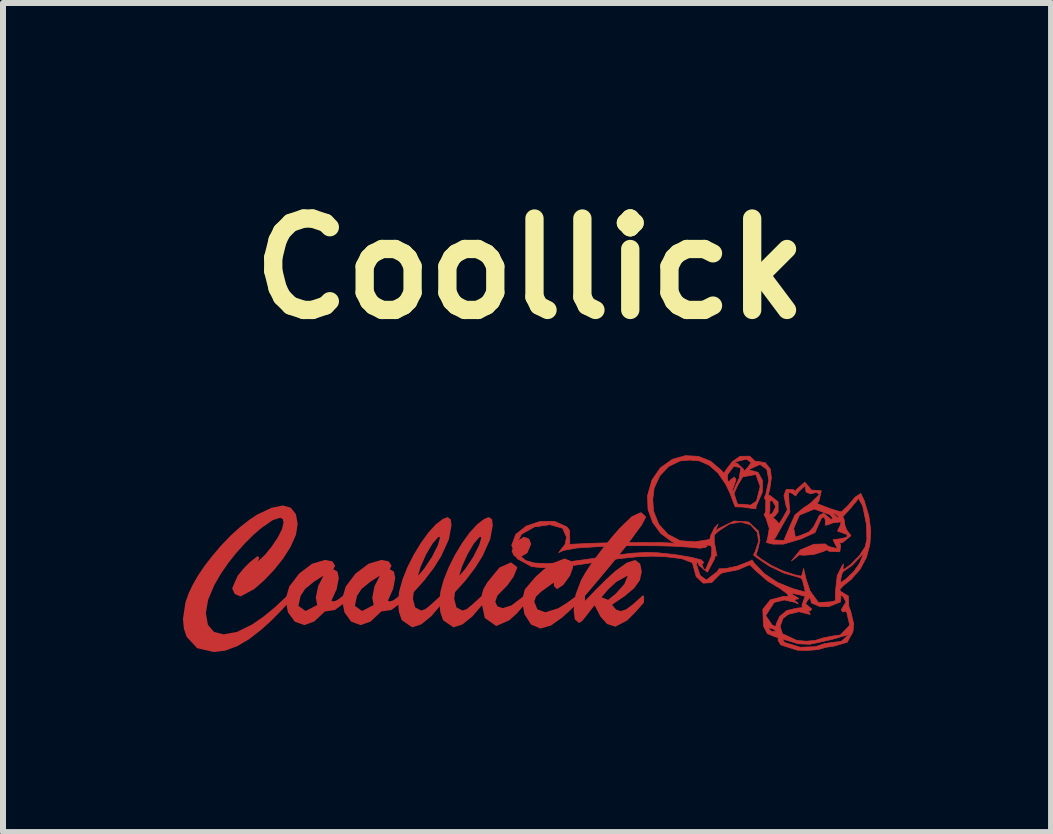
<source format=kicad_pcb>
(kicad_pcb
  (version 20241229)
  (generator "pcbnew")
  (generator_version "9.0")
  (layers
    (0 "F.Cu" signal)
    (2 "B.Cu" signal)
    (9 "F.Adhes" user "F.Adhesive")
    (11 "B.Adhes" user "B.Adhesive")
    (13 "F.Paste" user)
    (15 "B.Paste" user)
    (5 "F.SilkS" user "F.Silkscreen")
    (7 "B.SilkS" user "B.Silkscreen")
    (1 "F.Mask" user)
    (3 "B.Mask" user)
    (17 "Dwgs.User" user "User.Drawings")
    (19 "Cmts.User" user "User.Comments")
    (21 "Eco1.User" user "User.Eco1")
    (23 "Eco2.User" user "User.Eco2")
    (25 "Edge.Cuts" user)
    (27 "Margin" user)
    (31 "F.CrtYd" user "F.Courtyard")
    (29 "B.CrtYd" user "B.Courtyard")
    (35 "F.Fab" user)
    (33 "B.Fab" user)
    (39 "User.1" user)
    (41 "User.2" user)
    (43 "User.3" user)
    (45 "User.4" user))
  (footprint "Coollick"
    (layer "F.Cu")
    (at 5.786 6.139)
    (property "Reference" "Coollick" (at 0 -4.712 0) (layer "F.SilkS") (effects (font (size 1.524 1.524) (thickness 0.305))))
    (attr exclude_from_pos_files exclude_from_bom)
    (fp_poly (pts (xy -0.188 0.096) (xy -0.088 0.752) (xy -0.088 0.859) (xy -0.226 1.02) (xy -0.354 1.136) (xy -0.563 1.229) (xy -0.742 1.102) (xy -0.801 0.827) (xy -0.789 0.718) (xy -0.762 0.631) (xy -0.701 0.526) (xy -0.502 0.283) (xy -0.32 0.202) (xy -0.23 0.271) (xy -0.289 0.417) (xy -0.392 0.56) (xy -0.559 0.731) (xy -0.597 0.841) (xy -0.558 0.929) (xy -0.455 0.964) (xy -0.304 0.915) (xy -0.088 0.752) (xy -0.188 0.096) (xy -0.258 0.068) (xy -0.291 -0.002) (xy -0.229 -0.146) (xy -0.101 -0.225) (xy -0.028 -0.198) (xy 0.001 -0.12) (xy -0.059 0.02) (xy -0.188 0.096)) (stroke (width 0.031) (type solid)) (fill yes) (layer "F.Cu"))
    (fp_poly (pts (xy 0.782 0.755) (xy 0.782 0.853) (xy 0.639 0.99) (xy 0.525 1.092) (xy 0.34 1.224) (xy 0.173 1.271) (xy 0.025 1.208) (xy -0.081 1.041) (xy -0.119 0.821) (xy -0.075 0.643) (xy 0.095 0.442) (xy 0.239 0.312) (xy 0.373 0.216) (xy 0.575 0.136) (xy 0.665 0.172) (xy 0.701 0.265) (xy 0.653 0.398) (xy 0.544 0.549) (xy 0.449 0.612) (xy 0.411 0.571) (xy 0.412 0.549) (xy 0.414 0.529) (xy 0.401 0.51) (xy 0.371 0.52) (xy 0.17 0.665) (xy 0.084 0.749) (xy 0.053 0.838) (xy 0.109 0.979) (xy 0.254 1.033) (xy 0.475 0.963) (xy 0.617 0.875) (xy 0.782 0.755) (xy 0.782 0.755)) (stroke (width 0.031) (type solid)) (fill yes) (layer "F.Cu"))
    (fp_poly (pts (xy -3.103 0.749) (xy -3.103 0.847) (xy -3.743 1.013) (xy -3.532 0.904) (xy -3.557 0.772) (xy -3.518 0.584) (xy -3.405 0.363) (xy -3.614 0.496) (xy -3.761 0.617) (xy -3.841 0.739) (xy -3.878 0.916) (xy -3.743 1.013) (xy -3.103 0.847) (xy -3.259 0.964) (xy -3.427 0.988) (xy -3.607 1.157) (xy -3.763 1.214) (xy -3.913 1.16) (xy -4.022 1.011) (xy -4.061 0.802) (xy -4 0.593) (xy -3.838 0.381) (xy -3.626 0.221) (xy -3.416 0.159) (xy -3.307 0.181) (xy -3.268 0.24) (xy -3.301 0.307) (xy -3.225 0.347) (xy -3.204 0.445) (xy -3.238 0.623) (xy -3.328 0.824) (xy -3.301 0.85) (xy -3.279 0.85) (xy -3.231 0.838) (xy -3.187 0.812) (xy -3.103 0.749)) (stroke (width 0.031) (type solid)) (fill yes) (layer "F.Cu"))
    (fp_poly (pts (xy -2.163 0.749) (xy -2.163 0.847) (xy -2.802 1.013) (xy -2.591 0.904) (xy -2.616 0.772) (xy -2.578 0.584) (xy -2.465 0.363) (xy -2.673 0.496) (xy -2.82 0.617) (xy -2.901 0.739) (xy -2.937 0.916) (xy -2.802 1.013) (xy -2.163 0.847) (xy -2.318 0.964) (xy -2.487 0.988) (xy -2.666 1.157) (xy -2.823 1.214) (xy -2.973 1.16) (xy -3.081 1.011) (xy -3.121 0.802) (xy -3.059 0.593) (xy -2.898 0.381) (xy -2.685 0.221) (xy -2.475 0.159) (xy -2.367 0.181) (xy -2.327 0.24) (xy -2.361 0.307) (xy -2.284 0.347) (xy -2.264 0.445) (xy -2.298 0.623) (xy -2.387 0.824) (xy -2.361 0.85) (xy -2.339 0.85) (xy -2.29 0.838) (xy -2.246 0.812) (xy -2.163 0.749)) (stroke (width 0.031) (type solid)) (fill yes) (layer "F.Cu"))
    (fp_poly (pts (xy -1.464 0.736) (xy -1.464 0.844) (xy -1.656 1.07) (xy -1.822 1.205) (xy -1.963 1.251) (xy -2.127 1.138) (xy -1.903 0.472) (xy -1.756 0.301) (xy -1.621 0.097) (xy -1.523 -0.098) (xy -1.486 -0.228) (xy -1.51 -0.262) (xy -1.544 -0.246) (xy -1.639 -0.137) (xy -1.745 0.042) (xy -1.84 0.255) (xy -1.903 0.472) (xy -2.127 1.138) (xy -2.172 1.006) (xy -2.186 0.838) (xy -2.169 0.675) (xy -2.116 0.483) (xy -2.034 0.275) (xy -1.928 0.065) (xy -1.807 -0.134) (xy -1.683 -0.305) (xy -1.56 -0.439) (xy -1.447 -0.526) (xy -1.378 -0.553) (xy -1.337 -0.525) (xy -1.326 -0.432) (xy -1.368 -0.205) (xy -1.492 0.069) (xy -1.617 0.269) (xy -1.771 0.471) (xy -1.954 0.675) (xy -1.969 0.793) (xy -1.929 0.945) (xy -1.816 1.004) (xy -1.737 0.976) (xy -1.648 0.904) (xy -1.464 0.736)) (stroke (width 0.031) (type solid)) (fill yes) (layer "F.Cu"))
    (fp_poly (pts (xy -0.776 0.736) (xy -0.776 0.844) (xy -0.968 1.07) (xy -1.134 1.205) (xy -1.275 1.251) (xy -1.439 1.138) (xy -1.215 0.472) (xy -1.068 0.301) (xy -0.933 0.097) (xy -0.835 -0.098) (xy -0.798 -0.228) (xy -0.822 -0.262) (xy -0.855 -0.246) (xy -0.95 -0.137) (xy -1.056 0.042) (xy -1.152 0.255) (xy -1.215 0.472) (xy -1.439 1.138) (xy -1.483 1.006) (xy -1.498 0.838) (xy -1.48 0.675) (xy -1.428 0.483) (xy -1.345 0.275) (xy -1.24 0.065) (xy -1.119 -0.134) (xy -0.995 -0.305) (xy -0.872 -0.439) (xy -0.759 -0.526) (xy -0.69 -0.553) (xy -0.649 -0.525) (xy -0.638 -0.432) (xy -0.68 -0.205) (xy -0.804 0.069) (xy -0.929 0.269) (xy -1.083 0.471) (xy -1.266 0.675) (xy -1.281 0.793) (xy -1.241 0.945) (xy -1.128 1.004) (xy -1.049 0.976) (xy -0.96 0.904) (xy -0.776 0.736) (xy -0.776 0.736)) (stroke (width 0.031) (type solid)) (fill yes) (layer "F.Cu"))
    (fp_poly (pts (xy 1.882 0.752) (xy 1.882 0.85) (xy 1.731 1.019) (xy 1.607 1.142) (xy 1.165 0.772) (xy 1.303 0.827) (xy 1.441 0.714) (xy 1.583 0.554) (xy 1.642 0.414) (xy 1.621 0.391) (xy 1.429 0.498) (xy 1.296 0.62) (xy 1.165 0.772) (xy 1.607 1.142) (xy 1.42 1.24) (xy 1.29 1.198) (xy 1.185 1.08) (xy 1.077 0.872) (xy 0.942 1.045) (xy 0.858 1.151) (xy 0.816 1.177) (xy 0.759 1.127) (xy 0.741 0.979) (xy 0.772 0.725) (xy 0.863 0.486) (xy 0.931 0.366) (xy 1.015 0.237) (xy 1.115 0.099) (xy 1.225 -0.045) (xy 1.374 -0.229) (xy 1.501 -0.375) (xy 1.702 -0.569) (xy 1.846 -0.635) (xy 1.916 -0.572) (xy 1.851 -0.447) (xy 1.656 -0.18) (xy 1.543 -0.036) (xy 1.411 0.128) (xy 1.259 0.312) (xy 1.089 0.515) (xy 0.899 0.739) (xy 0.899 0.865) (xy 1.107 0.647) (xy 1.285 0.471) (xy 1.435 0.335) (xy 1.616 0.205) (xy 1.75 0.162) (xy 1.821 0.216) (xy 1.846 0.339) (xy 1.815 0.478) (xy 1.722 0.606) (xy 1.566 0.737) (xy 1.344 0.887) (xy 1.422 0.984) (xy 1.507 1.013) (xy 1.605 0.982) (xy 1.712 0.904) (xy 1.882 0.752)) (stroke (width 0.031) (type solid)) (fill yes) (layer "F.Cu"))
    (fp_poly (pts (xy -4.033 0.746) (xy -4.033 0.841) (xy -4.193 1.013) (xy -4.344 1.164) (xy -4.487 1.293) (xy -4.69 1.451) (xy -4.889 1.568) (xy -5.082 1.64) (xy -5.269 1.664) (xy -5.542 1.601) (xy -5.713 1.416) (xy -5.756 1.285) (xy -5.771 1.13) (xy -5.73 0.854) (xy -5.678 0.707) (xy -5.608 0.56) (xy -5.52 0.408) (xy -5.414 0.251) (xy -5.288 0.089) (xy -5.143 -0.082) (xy -4.982 -0.25) (xy -4.824 -0.393) (xy -4.675 -0.51) (xy -4.54 -0.6) (xy -4.303 -0.711) (xy -4.121 -0.748) (xy -3.997 -0.713) (xy -3.917 -0.61) (xy -3.89 -0.454) (xy -3.918 -0.279) (xy -4.003 -0.085) (xy -4.13 0.115) (xy -4.284 0.307) (xy -4.449 0.479) (xy -4.607 0.617) (xy -4.827 0.736) (xy -4.912 0.7) (xy -4.95 0.618) (xy -4.862 0.416) (xy -4.769 0.302) (xy -4.669 0.199) (xy -4.543 0.099) (xy -4.532 0.108) (xy -4.548 0.153) (xy -4.563 0.193) (xy -4.554 0.204) (xy -4.41 0.071) (xy -4.297 -0.069) (xy -4.193 -0.222) (xy -4.119 -0.369) (xy -4.094 -0.487) (xy -4.113 -0.551) (xy -4.167 -0.575) (xy -4.296 -0.533) (xy -4.479 -0.407) (xy -4.62 -0.287) (xy -4.762 -0.145) (xy -4.908 0.017) (xy -5.046 0.19) (xy -5.167 0.367) (xy -5.273 0.548) (xy -5.383 0.806) (xy -5.42 1.031) (xy -5.385 1.232) (xy -5.279 1.356) (xy -5.11 1.4) (xy -4.883 1.359) (xy -4.628 1.234) (xy -4.442 1.106) (xy -4.244 0.944) (xy -4.033 0.746)) (stroke (width 0.031) (type solid)) (fill yes) (layer "F.Cu"))
    (fp_poly (pts (xy 4.454 1.648) (xy 4.756 1.59) (xy 4.9 1.541) (xy 5.05 1.517) (xy 5.183 1.503) (xy 5.317 1.385) (xy 5.264 1.401) (xy 5.033 1.468) (xy 4.843 1.511) (xy 4.661 1.55) (xy 4.47 1.542) (xy 4.289 1.486) (xy 4.202 1.462) (xy 4.241 1.519) (xy 4.502 1.599) (xy 4.756 1.59) (xy 4.454 1.648) (xy 4.18 1.561) (xy 4.167 1.254) (xy 4.206 1.374) (xy 4.445 1.485) (xy 4.598 1.499) (xy 4.751 1.486) (xy 4.751 1.486) (xy 4.883 1.444) (xy 5.033 1.414) (xy 5.17 1.395) (xy 5.328 1.233) (xy 5.273 1) (xy 5.207 1.011) (xy 5.186 0.975) (xy 5.265 0.843) (xy 5.212 0.748) (xy 5.18 0.732) (xy 5.18 0.782) (xy 5.172 0.845) (xy 4.977 0.922) (xy 4.831 0.922) (xy 4.689 0.861) (xy 4.676 0.802) (xy 4.664 0.771) (xy 4.627 0.811) (xy 4.591 0.875) (xy 4.697 0.965) (xy 4.665 0.995) (xy 4.619 0.995) (xy 4.662 1.026) (xy 4.667 1.054) (xy 4.482 1.007) (xy 4.305 1.05) (xy 4.214 1.119) (xy 4.167 1.254) (xy 4.18 1.561) (xy 4.133 1.488) (xy 4.159 1.087) (xy 4.159 1.087) (xy 4.276 0.988) (xy 4.448 0.947) (xy 4.537 0.94) (xy 4.531 0.896) (xy 4.574 0.775) (xy 4.591 0.754) (xy 4.498 0.727) (xy 4.38 0.703) (xy 4.354 0.698) (xy 4.379 0.726) (xy 4.453 0.768) (xy 4.48 0.791) (xy 4.425 0.8) (xy 4.41 0.821) (xy 4.455 0.855) (xy 4.469 0.878) (xy 4.409 0.85) (xy 4.236 0.811) (xy 4.068 0.852) (xy 3.927 1.071) (xy 4.031 1.225) (xy 4.09 1.258) (xy 4.11 1.193) (xy 4.159 1.087) (xy 4.133 1.488) (xy 4.134 1.44) (xy 4.111 1.34) (xy 4.038 1.286) (xy 3.961 1.277) (xy 4.018 1.33) (xy 4.111 1.34) (xy 4.134 1.44) (xy 4.075 1.422) (xy 3.956 1.373) (xy 3.895 1.259) (xy 3.886 1.182) (xy 3.879 0.965) (xy 4.005 0.809) (xy 4.221 0.752) (xy 4.303 0.751) (xy 4.378 0.622) (xy 4.587 0.679) (xy 4.568 0.593) (xy 4.568 0.593) (xy 4.538 0.477) (xy 4.509 0.442) (xy 4.23 0.363) (xy 3.982 0.244) (xy 3.764 0.096) (xy 3.722 0.061) (xy 3.75 0.009) (xy 3.808 -0.165) (xy 3.786 -0.316) (xy 3.672 -0.443) (xy 3.507 -0.489) (xy 3.319 -0.454) (xy 3.137 -0.335) (xy 3.069 -0.27) (xy 3.069 -0.162) (xy 3.103 0.026) (xy 3.115 0.08) (xy 3.091 0.059) (xy 3.075 0.124) (xy 2.956 0.348) (xy 2.816 0.235) (xy 2.785 0.165) (xy 2.772 0.22) (xy 2.834 0.402) (xy 2.938 0.479) (xy 3.122 0.336) (xy 3.148 0.292) (xy 3.261 0.288) (xy 3.441 0.25) (xy 3.533 0.216) (xy 3.672 0.16) (xy 3.699 0.143) (xy 3.734 0.195) (xy 3.902 0.372) (xy 4.127 0.521) (xy 4.378 0.622) (xy 4.303 0.751) (xy 4.292 0.713) (xy 4.164 0.618) (xy 3.959 0.495) (xy 3.762 0.324) (xy 3.664 0.225) (xy 3.603 0.248) (xy 3.469 0.307) (xy 3.213 0.357) (xy 3.172 0.376) (xy 3.026 0.522) (xy 2.884 0.531) (xy 2.684 0.1) (xy 2.855 0.144) (xy 2.896 0.188) (xy 2.863 0.213) (xy 2.899 0.311) (xy 2.93 0.292) (xy 3.021 0.079) (xy 3.03 -0.048) (xy 3.011 -0.097) (xy 2.937 -0.105) (xy 2.916 -0.09) (xy 2.953 -0.089) (xy 2.926 -0.067) (xy 2.837 -0.051) (xy 2.607 -0.072) (xy 2.391 -0.085) (xy 2.154 -0.092) (xy 1.863 -0.094) (xy 1.584 -0.093) (xy 1.355 -0.088) (xy 1.11 -0.076) (xy 0.784 -0.056) (xy 0.558 -0.015) (xy 0.477 0.022) (xy 0.511 -0.025) (xy 0.584 -0.117) (xy 0.606 -0.236) (xy 0.542 -0.384) (xy 0.33 -0.444) (xy 0.07 -0.406) (xy -0.143 -0.286) (xy -0.244 -0.087) (xy -0.197 0.048) (xy -0.076 0.153) (xy 0.069 0.195) (xy 0.285 0.206) (xy 0.589 0.183) (xy 0.999 0.127) (xy 1.415 0.066) (xy 1.712 0.031) (xy 1.937 0.019) (xy 2.131 0.025) (xy 2.414 0.055) (xy 2.684 0.1) (xy 2.884 0.531) (xy 2.768 0.423) (xy 2.705 0.191) (xy 2.526 0.122) (xy 2.274 0.092) (xy 2.034 0.081) (xy 1.782 0.091) (xy 1.493 0.121) (xy 1.143 0.174) (xy 0.746 0.232) (xy 0.428 0.265) (xy 0.189 0.273) (xy 0.026 0.255) (xy -0.217 0.121) (xy -0.307 -0.101) (xy -0.239 -0.282) (xy -0.065 -0.42) (xy 0.165 -0.497) (xy 0.406 -0.5) (xy 0.608 -0.41) (xy 0.657 -0.351) (xy 0.662 -0.149) (xy 0.654 -0.116) (xy 0.93 -0.129) (xy 1.177 -0.138) (xy 1.509 -0.144) (xy 1.857 -0.146) (xy 2.154 -0.145) (xy 2.331 -0.139) (xy 2.426 -0.13) (xy 2.142 -0.454) (xy 2.295 -0.284) (xy 2.5 -0.177) (xy 2.747 -0.158) (xy 2.994 -0.197) (xy 3.01 -0.263) (xy 3.07 -0.386) (xy 3.135 -0.457) (xy 3.107 -0.387) (xy 3.085 -0.332) (xy 3.145 -0.381) (xy 3.399 -0.505) (xy 3.641 -0.489) (xy 3.806 -0.337) (xy 3.831 -0.187) (xy 3.793 -0.023) (xy 3.765 0.06) (xy 3.847 0.126) (xy 4.019 0.235) (xy 4.211 0.326) (xy 4.408 0.391) (xy 4.523 0.416) (xy 4.539 0.366) (xy 4.558 0.286) (xy 4.596 0.45) (xy 4.664 0.658) (xy 4.807 0.855) (xy 5.038 0.84) (xy 5.038 0.84) (xy 5.088 0.822) (xy 5.09 0.664) (xy 5.119 0.404) (xy 5.202 0.237) (xy 5.224 0.211) (xy 5.217 0.261) (xy 5.217 0.311) (xy 5.341 0.223) (xy 5.491 0.069) (xy 5.584 -0.073) (xy 5.613 -0.2) (xy 5.607 -0.444) (xy 5.543 -0.759) (xy 5.472 -0.884) (xy 5.438 -0.834) (xy 5.315 -0.688) (xy 5.212 -0.578) (xy 5.235 -0.525) (xy 5.245 -0.439) (xy 5.275 -0.358) (xy 5.349 -0.261) (xy 5.209 -0.147) (xy 5.159 -0.137) (xy 5.176 -0.095) (xy 5.162 0.008) (xy 4.986 0.001) (xy 4.945 -0.024) (xy 4.89 0.002) (xy 4.73 0.053) (xy 4.571 0.066) (xy 4.483 0.06) (xy 4.414 0.119) (xy 4.354 0.162) (xy 4.503 -0.022) (xy 4.728 -0.117) (xy 4.917 -0.123) (xy 4.978 -0.08) (xy 5.124 -0.043) (xy 5.066 -0.155) (xy 5.049 -0.194) (xy 5.156 -0.207) (xy 5.276 -0.233) (xy 5.287 -0.277) (xy 5.17 -0.321) (xy 5.124 -0.337) (xy 5.168 -0.43) (xy 5.185 -0.491) (xy 5.048 -0.474) (xy 4.948 -0.437) (xy 4.918 -0.437) (xy 4.924 -0.505) (xy 4.904 -0.574) (xy 4.859 -0.557) (xy 4.779 -0.382) (xy 4.75 -0.313) (xy 4.514 -0.206) (xy 4.222 -0.119) (xy 4.05 -0.119) (xy 3.938 -0.146) (xy 3.958 -0.211) (xy 3.986 -0.382) (xy 3.933 -0.549) (xy 3.899 -0.61) (xy 3.926 -0.657) (xy 3.928 -0.851) (xy 3.904 -0.89) (xy 3.93 -0.956) (xy 3.979 -1.184) (xy 3.945 -1.366) (xy 3.832 -1.448) (xy 3.673 -1.375) (xy 3.637 -1.344) (xy 3.676 -1.35) (xy 3.8 -1.315) (xy 3.875 -1.179) (xy 3.87 -0.983) (xy 3.765 -0.744) (xy 3.765 -0.709) (xy 3.716 -0.713) (xy 3.543 -0.738) (xy 3.419 -0.741) (xy 3.396 -0.795) (xy 3.335 -0.96) (xy 3.26 -1.118) (xy 3.132 -1.304) (xy 2.987 -1.433) (xy 2.824 -1.506) (xy 2.663 -1.521) (xy 2.5 -1.506) (xy 2.311 -1.415) (xy 2.162 -1.259) (xy 2.067 -1.053) (xy 2.044 -0.866) (xy 2.056 -0.674) (xy 2.142 -0.454) (xy 2.426 -0.13) (xy 2.363 -0.162) (xy 2.178 -0.297) (xy 2.042 -0.483) (xy 1.965 -0.7) (xy 1.957 -0.928) (xy 2.03 -1.186) (xy 2.171 -1.391) (xy 2.373 -1.534) (xy 2.588 -1.594) (xy 2.805 -1.583) (xy 3.008 -1.502) (xy 3.4 -0.966) (xy 3.429 -0.867) (xy 3.458 -0.785) (xy 3.548 -0.784) (xy 3.674 -0.77) (xy 3.773 -0.837) (xy 3.835 -1.08) (xy 3.763 -1.28) (xy 3.544 -1.241) (xy 3.46 -1.101) (xy 3.4 -0.966) (xy 3.008 -1.502) (xy 3.179 -1.357) (xy 3.29 -1.19) (xy 3.31 -1.154) (xy 3.345 -1.196) (xy 3.406 -1.238) (xy 3.432 -1.191) (xy 3.397 -1.093) (xy 3.372 -1.018) (xy 3.385 -0.998) (xy 3.42 -1.085) (xy 3.42 -1.085) (xy 3.486 -1.222) (xy 3.512 -1.393) (xy 3.396 -1.418) (xy 3.29 -1.277) (xy 3.29 -1.19) (xy 3.179 -1.357) (xy 3.232 -1.301) (xy 3.407 -1.469) (xy 3.452 -1.469) (xy 3.558 -1.368) (xy 3.558 -1.328) (xy 3.626 -1.395) (xy 3.685 -1.479) (xy 3.606 -1.536) (xy 3.442 -1.495) (xy 3.407 -1.469) (xy 3.232 -1.301) (xy 3.268 -1.361) (xy 3.372 -1.495) (xy 3.498 -1.583) (xy 3.659 -1.586) (xy 3.75 -1.501) (xy 3.79 -1.499) (xy 3.919 -1.477) (xy 4.005 -1.368) (xy 4.021 -1.223) (xy 3.995 -1.042) (xy 3.969 -0.935) (xy 4.033 -0.851) (xy 3.996 -0.832) (xy 3.996 -0.673) (xy 3.98 -0.613) (xy 4.036 -0.628) (xy 4.036 -0.628) (xy 4.094 -0.745) (xy 4.033 -0.851) (xy 3.969 -0.935) (xy 4.005 -0.926) (xy 4.134 -0.824) (xy 4.134 -0.655) (xy 4.081 -0.589) (xy 4.044 -0.559) (xy 4.159 -0.352) (xy 4.091 -0.23) (xy 4.053 -0.192) (xy 4.147 -0.184) (xy 4.24 -0.184) (xy 4.247 -0.224) (xy 4.294 -0.332) (xy 4.342 -0.446) (xy 4.415 -0.606) (xy 4.562 -0.727) (xy 4.621 -0.764) (xy 4.676 -0.805) (xy 4.822 -0.946) (xy 4.773 -0.985) (xy 4.68 -0.956) (xy 4.599 -0.988) (xy 4.584 -1.096) (xy 4.475 -0.992) (xy 4.425 -0.922) (xy 4.369 -0.965) (xy 4.306 -0.99) (xy 4.317 -0.797) (xy 4.331 -0.654) (xy 4.236 -0.489) (xy 4.159 -0.352) (xy 4.044 -0.559) (xy 4.075 -0.54) (xy 4.126 -0.488) (xy 4.147 -0.455) (xy 4.194 -0.528) (xy 4.265 -0.65) (xy 4.288 -0.698) (xy 4.266 -0.76) (xy 4.231 -0.931) (xy 4.269 -1.034) (xy 4.392 -1.027) (xy 4.423 -0.996) (xy 4.434 -1.025) (xy 4.579 -1.153) (xy 4.672 -1.042) (xy 4.684 -1.022) (xy 4.854 -1.009) (xy 4.738 -0.704) (xy 4.49 -0.604) (xy 4.393 -0.383) (xy 4.421 -0.237) (xy 4.503 -0.262) (xy 4.646 -0.321) (xy 4.726 -0.407) (xy 4.822 -0.6) (xy 4.892 -0.634) (xy 4.988 -0.556) (xy 5.018 -0.528) (xy 5.043 -0.556) (xy 4.997 -0.611) (xy 4.738 -0.704) (xy 4.854 -1.009) (xy 4.813 -0.833) (xy 4.78 -0.796) (xy 5.078 -0.631) (xy 5.054 -0.639) (xy 5.078 -0.601) (xy 5.125 -0.564) (xy 5.149 -0.572) (xy 5.078 -0.631) (xy 4.78 -0.796) (xy 5.02 -0.705) (xy 5.123 -0.673) (xy 5.189 -0.657) (xy 5.298 -0.762) (xy 5.418 -0.903) (xy 5.512 -0.964) (xy 5.569 -0.844) (xy 5.646 -0.588) (xy 5.678 -0.342) (xy 5.566 0.019) (xy 5.527 0.065) (xy 5.37 0.232) (xy 5.211 0.344) (xy 5.19 0.401) (xy 5.175 0.487) (xy 5.179 0.521) (xy 5.263 0.463) (xy 5.263 0.463) (xy 5.392 0.34) (xy 5.492 0.2) (xy 5.566 0.019) (xy 5.678 -0.342) (xy 5.663 -0.11) (xy 5.604 0.105) (xy 5.5 0.299) (xy 5.351 0.469) (xy 5.219 0.574) (xy 5.16 0.64) (xy 5.177 0.669) (xy 5.306 0.747) (xy 5.312 0.921) (xy 5.343 0.997) (xy 5.395 1.217) (xy 5.38 1.345) (xy 5.285 1.516) (xy 5.062 1.581) (xy 4.924 1.601) (xy 4.806 1.638) (xy 4.626 1.653) (xy 4.454 1.648) (xy 4.454 1.648)) (stroke (width 0.011) (type solid)) (fill yes) (layer "F.Cu")))
  (gr_rect
    (start -3 -3)
    (end 14.469 10.819)
    (stroke (width 0.1) (type default))
    (fill no)
    (layer "Edge.Cuts")))
</source>
